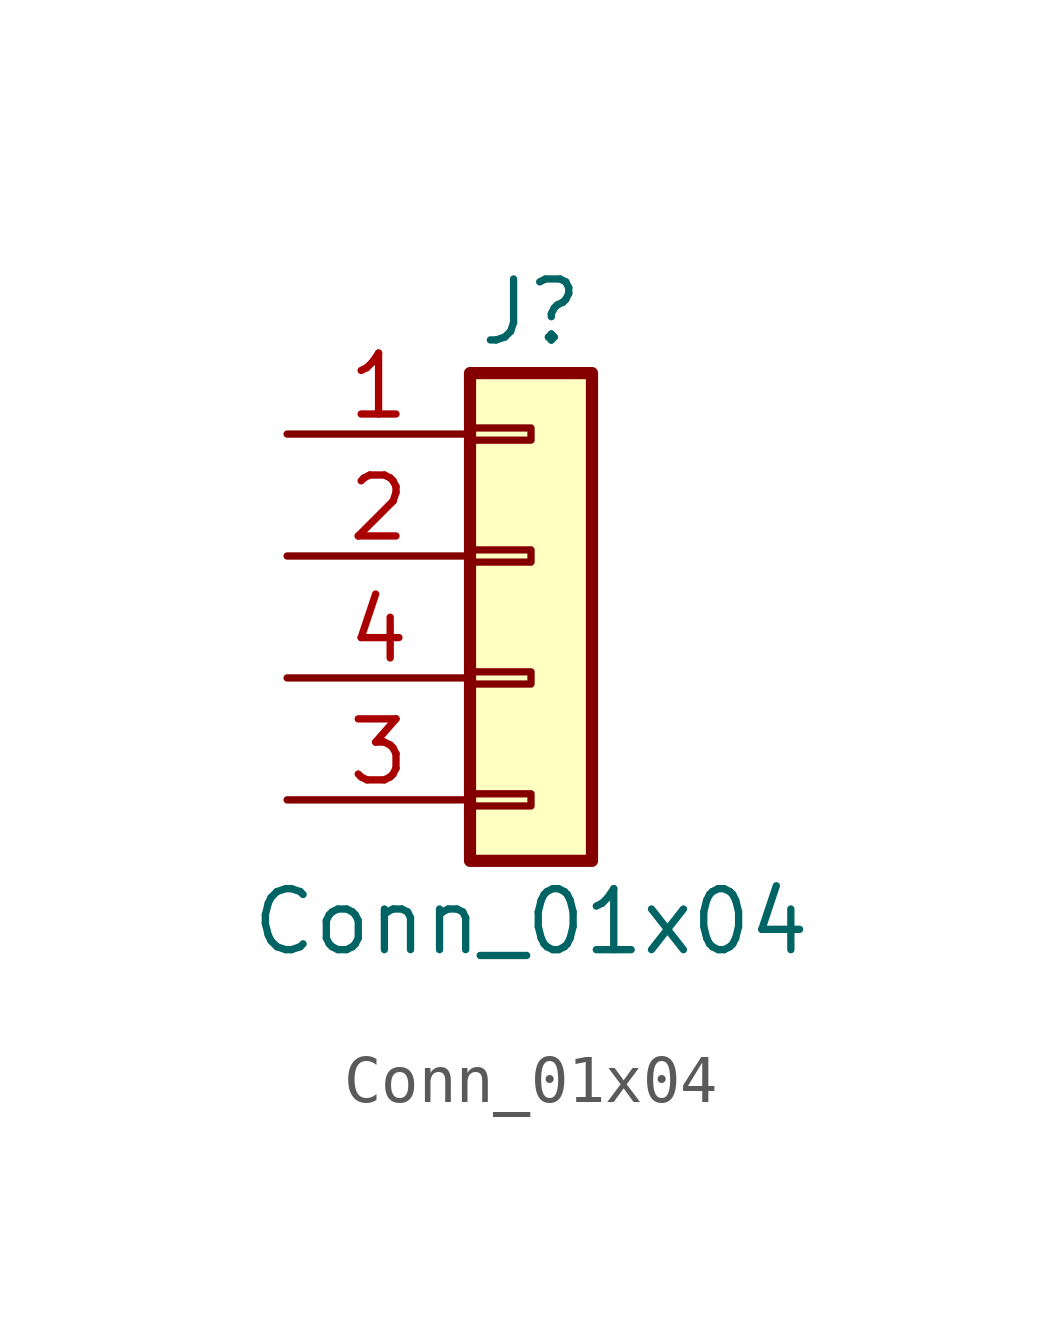
<source format=kicad_sym>
(kicad_symbol_lib
  (version 20231120)
  (generator "kicad_symbol_editor")
  (generator_version "8.0")
  (symbol "Conn_01x04"
    (pin_names
      (offset 1.016) hide)
    (property "Reference" "J"
      (at 0 5.08 0)
      (effects (font (size 1.27 1.27))))
    (property "Value" "Conn_01x04"
      (at 0 -7.62 0)
      (effects (font (size 1.27 1.27))))
    (symbol "Conn_01x04_1_1"
      (rectangle (start -1.27 -4.953) (end 0 -5.207) (stroke (width 0.152) (type default)) (fill (type none)))
      (rectangle (start -1.27 -2.413) (end 0 -2.667) (stroke (width 0.152) (type default)) (fill (type none)))
      (rectangle (start -1.27 0.127) (end 0 -0.127) (stroke (width 0.152) (type default)) (fill (type none)))
      (rectangle (start -1.27 2.667) (end 0 2.413) (stroke (width 0.152) (type default)) (fill (type none)))
      (rectangle (start -1.27 3.81) (end 1.27 -6.35) (stroke (width 0.254) (type default)) (fill (type background)))
      (pin passive line (at -5.08 2.54 0) (length 3.81) (name "Pin_1" (effects (font (size 1.27 1.27)))) (number "1" (effects (font (size 1.27 1.27)))))
      (pin passive line (at -5.08 0 0) (length 3.81) (name "Pin_2" (effects (font (size 1.27 1.27)))) (number "2" (effects (font (size 1.27 1.27)))))
      (pin passive line (at -5.08 -5.08 0) (length 3.81) (name "Pin_3" (effects (font (size 1.27 1.27)))) (number "3" (effects (font (size 1.27 1.27)))))
      (pin passive line (at -5.08 -2.54 0) (length 3.81) (name "Pin_4" (effects (font (size 1.27 1.27)))) (number "4" (effects (font (size 1.27 1.27))))))))
</source>
